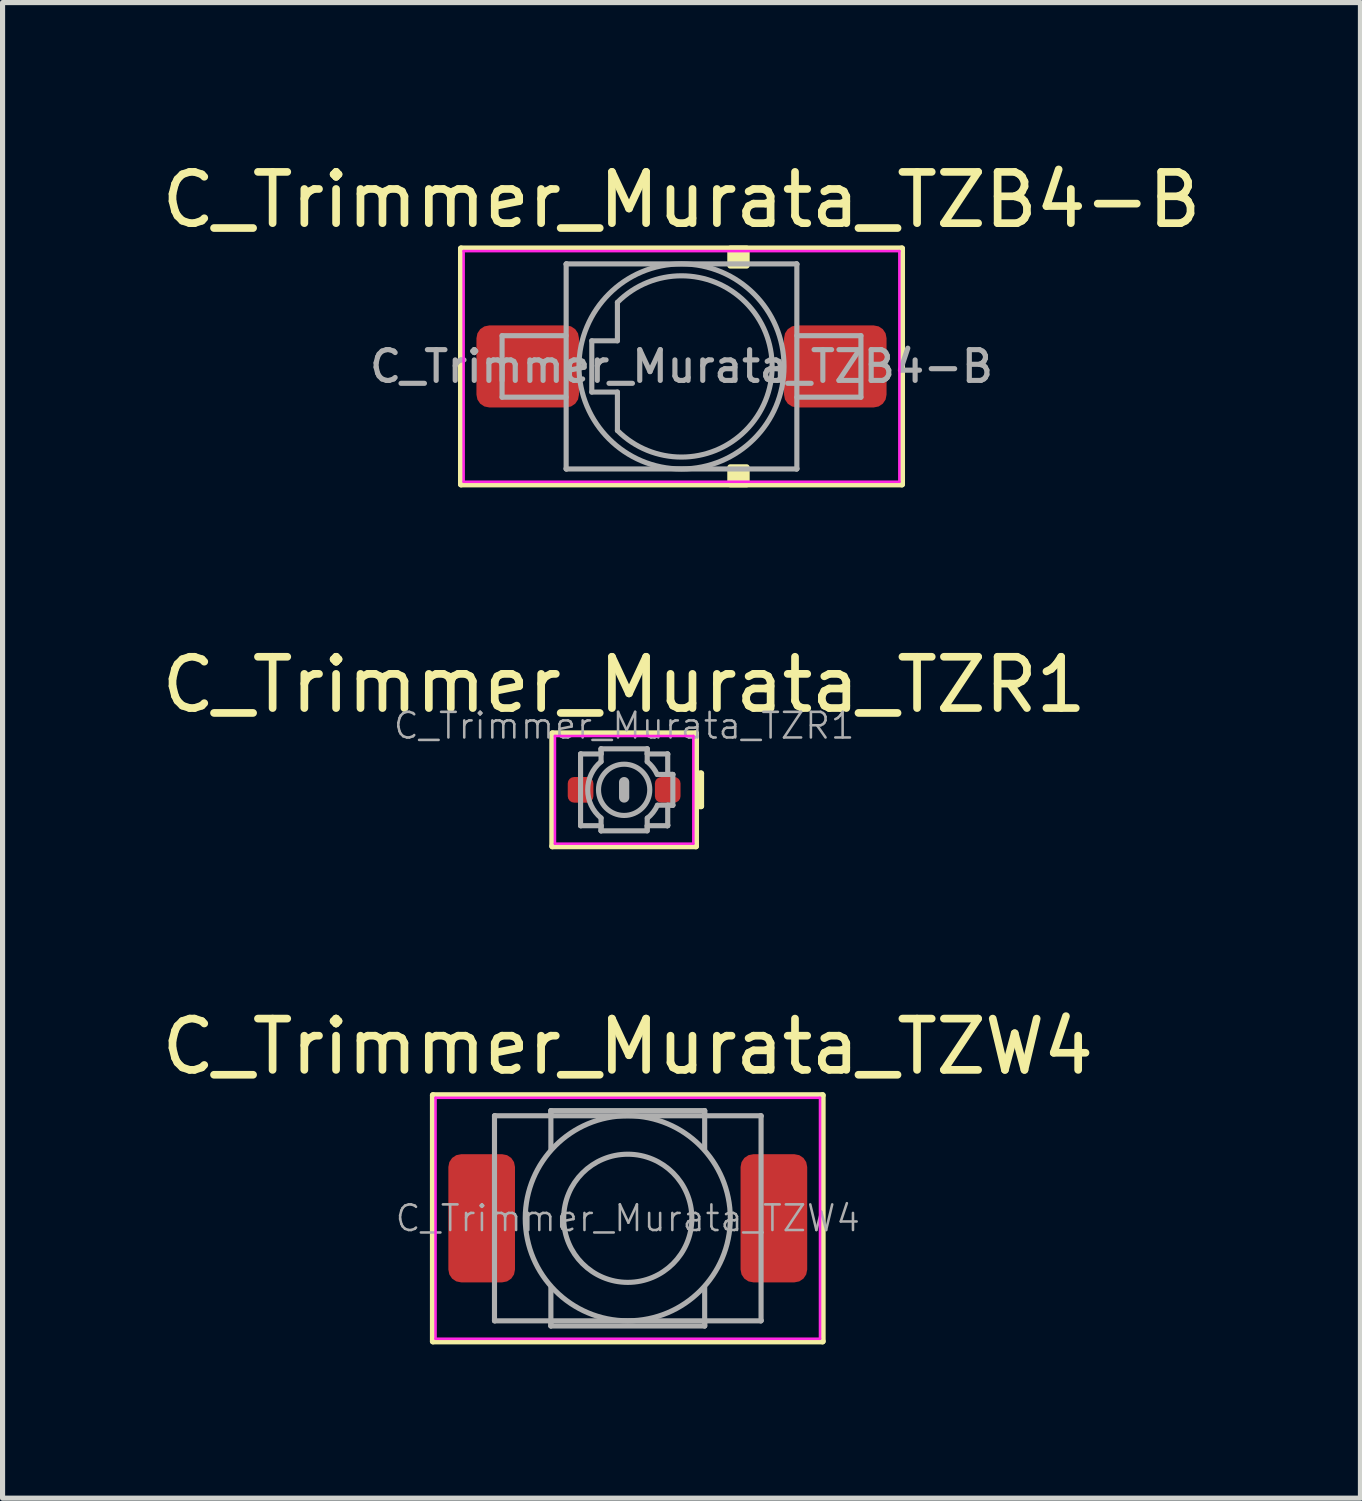
<source format=kicad_pcb>
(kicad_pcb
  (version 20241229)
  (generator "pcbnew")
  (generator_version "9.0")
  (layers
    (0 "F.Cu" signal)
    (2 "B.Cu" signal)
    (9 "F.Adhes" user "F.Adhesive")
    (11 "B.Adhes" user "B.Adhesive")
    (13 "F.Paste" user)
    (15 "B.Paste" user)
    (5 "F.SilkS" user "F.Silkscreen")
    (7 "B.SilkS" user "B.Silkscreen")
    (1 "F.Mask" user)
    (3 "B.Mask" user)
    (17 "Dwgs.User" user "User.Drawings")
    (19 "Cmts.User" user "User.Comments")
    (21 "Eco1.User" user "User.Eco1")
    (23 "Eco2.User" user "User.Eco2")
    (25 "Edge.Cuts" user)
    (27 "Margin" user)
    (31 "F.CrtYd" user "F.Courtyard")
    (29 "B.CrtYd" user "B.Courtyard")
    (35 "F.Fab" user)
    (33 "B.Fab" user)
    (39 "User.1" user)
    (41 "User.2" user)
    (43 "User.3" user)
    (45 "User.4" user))
  (footprint "C_Trimmer_Murata_TZR1"
    (layer "F.Cu")
    (at 9.125 12.357)
    (property "Reference" "C_Trimmer_Murata_TZR1" (at 0 -2.05 0) (layer "F.SilkS") (effects (font (size 1 1) (thickness 0.15))))
    (attr smd)
    (fp_line (start -1.4 -1.1) (end 1.4 -1.1) (stroke (width 0.12) (type solid)) (layer "F.SilkS"))
    (fp_line (start -1.4 1.1) (end -1.4 -1.1) (stroke (width 0.12) (type solid)) (layer "F.SilkS"))
    (fp_line (start 1.4 -1.1) (end 1.4 1.1) (stroke (width 0.12) (type solid)) (layer "F.SilkS"))
    (fp_line (start 1.4 1.1) (end -1.4 1.1) (stroke (width 0.12) (type solid)) (layer "F.SilkS"))
    (fp_line (start 1.437 -0.318) (end 1.5 -0.318) (stroke (width 0.12) (type solid)) (layer "F.SilkS"))
    (fp_line (start 1.5 -0.318) (end 1.5 0.318) (stroke (width 0.12) (type solid)) (layer "F.SilkS"))
    (fp_line (start 1.5 0.318) (end 1.437 0.318) (stroke (width 0.12) (type solid)) (layer "F.SilkS"))
    (fp_line (start -1.35 -1.05) (end -1.35 1.05) (stroke (width 0.05) (type solid)) (layer "F.CrtYd"))
    (fp_line (start -1.35 1.05) (end 1.35 1.05) (stroke (width 0.05) (type solid)) (layer "F.CrtYd"))
    (fp_line (start 1.35 -1.05) (end -1.35 -1.05) (stroke (width 0.05) (type solid)) (layer "F.CrtYd"))
    (fp_line (start 1.35 1.05) (end 1.35 -1.05) (stroke (width 0.05) (type solid)) (layer "F.CrtYd"))
    (fp_line (start -0.85 -0.7) (end -0.84 -0.7) (stroke (width 0.1) (type solid)) (layer "F.Fab"))
    (fp_line (start -0.85 -0.69) (end -0.85 -0.7) (stroke (width 0.1) (type solid)) (layer "F.Fab"))
    (fp_line (start -0.85 0.69) (end -0.85 -0.69) (stroke (width 0.1) (type solid)) (layer "F.Fab"))
    (fp_line (start -0.85 0.7) (end -0.85 0.69) (stroke (width 0.1) (type solid)) (layer "F.Fab"))
    (fp_line (start -0.84 0.7) (end -0.85 0.7) (stroke (width 0.1) (type solid)) (layer "F.Fab"))
    (fp_line (start -0.84 0.7) (end -0.45 0.7) (stroke (width 0.1) (type solid)) (layer "F.Fab"))
    (fp_line (start -0.45 -0.8) (end -0.45 -0.55) (stroke (width 0.1) (type solid)) (layer "F.Fab"))
    (fp_line (start -0.45 -0.8) (end 0.45 -0.8) (stroke (width 0.1) (type solid)) (layer "F.Fab"))
    (fp_line (start -0.45 -0.7) (end -0.84 -0.7) (stroke (width 0.1) (type solid)) (layer "F.Fab"))
    (fp_line (start -0.45 -0.7) (end -0.45 -0.8) (stroke (width 0.1) (type solid)) (layer "F.Fab"))
    (fp_line (start -0.45 0.55) (end -0.45 0.8) (stroke (width 0.1) (type solid)) (layer "F.Fab"))
    (fp_line (start -0.45 0.7) (end -0.45 0.8) (stroke (width 0.1) (type solid)) (layer "F.Fab"))
    (fp_line (start -0.45 0.8) (end 0.45 0.8) (stroke (width 0.1) (type solid)) (layer "F.Fab"))
    (fp_line (start 0 -0.15) (end 0 0.15) (stroke (width 0.2) (type solid)) (layer "F.Fab"))
    (fp_line (start 0.45 -0.8) (end 0.45 -0.7) (stroke (width 0.1) (type solid)) (layer "F.Fab"))
    (fp_line (start 0.45 -0.8) (end 0.45 -0.55) (stroke (width 0.1) (type solid)) (layer "F.Fab"))
    (fp_line (start 0.45 0.55) (end 0.45 0.75) (stroke (width 0.1) (type solid)) (layer "F.Fab"))
    (fp_line (start 0.45 0.7) (end 0.84 0.7) (stroke (width 0.1) (type solid)) (layer "F.Fab"))
    (fp_line (start 0.45 0.8) (end 0.45 0.7) (stroke (width 0.1) (type solid)) (layer "F.Fab"))
    (fp_line (start 0.65 -0.3) (end 0.95 -0.3) (stroke (width 0.1) (type solid)) (layer "F.Fab"))
    (fp_line (start 0.84 -0.7) (end 0.45 -0.7) (stroke (width 0.1) (type solid)) (layer "F.Fab"))
    (fp_line (start 0.84 -0.7) (end 0.85 -0.7) (stroke (width 0.1) (type solid)) (layer "F.Fab"))
    (fp_line (start 0.84 0.7) (end 0.85 0.69) (stroke (width 0.1) (type solid)) (layer "F.Fab"))
    (fp_line (start 0.85 -0.7) (end 0.85 -0.69) (stroke (width 0.1) (type solid)) (layer "F.Fab"))
    (fp_line (start 0.85 -0.3) (end 0.85 -0.69) (stroke (width 0.1) (type solid)) (layer "F.Fab"))
    (fp_line (start 0.85 -0.3) (end 0.95 -0.3) (stroke (width 0.1) (type solid)) (layer "F.Fab"))
    (fp_line (start 0.85 0.69) (end 0.85 0.3) (stroke (width 0.1) (type solid)) (layer "F.Fab"))
    (fp_line (start 0.85 0.69) (end 0.85 0.7) (stroke (width 0.1) (type solid)) (layer "F.Fab"))
    (fp_line (start 0.85 0.7) (end 0.84 0.7) (stroke (width 0.1) (type solid)) (layer "F.Fab"))
    (fp_line (start 0.95 -0.3) (end 0.95 0.3) (stroke (width 0.1) (type solid)) (layer "F.Fab"))
    (fp_line (start 0.95 0.3) (end 0.65 0.3) (stroke (width 0.1) (type solid)) (layer "F.Fab"))
    (fp_line (start 0.95 0.3) (end 0.85 0.3) (stroke (width 0.1) (type solid)) (layer "F.Fab"))
    (fp_arc (start -0.45 0.55) (mid -0.710634 0) (end -0.45 -0.55) (stroke (width 0.1) (type solid)) (layer "F.Fab"))
    (fp_arc (start 0.45 -0.55) (mid 0.561945 -0.434992) (end 0.645226 -0.297797) (stroke (width 0.1) (type solid)) (layer "F.Fab"))
    (fp_arc (start 0.65 0.3) (mid 0.566102 0.43821) (end 0.453329 0.554069) (stroke (width 0.1) (type solid)) (layer "F.Fab"))
    (fp_circle (center 0 0) (end 0.5 0) (stroke (width 0.1) (type solid)) (fill no) (layer "F.Fab"))
    (fp_text user "${REFERENCE}" (at 0 -1.25 0) (layer "F.Fab") (effects (font (size 0.5 0.5) (thickness 0.05))))
    (pad "1" smd roundrect (at -0.85 0) (size 0.5 0.5) (layers "F.Cu" "F.Mask" "F.Paste") (roundrect_rratio 0.25))
    (pad "2" smd roundrect (at 0.85 0) (size 0.5 0.5) (layers "F.Cu" "F.Mask" "F.Paste") (roundrect_rratio 0.25)))
  (footprint "C_Trimmer_Murata_TZB4-B"
    (layer "F.Cu")
    (at 10.244 4.098)
    (property "Reference" "C_Trimmer_Murata_TZB4-B" (at 0 -3.25 0) (layer "F.SilkS") (effects (font (size 1 1) (thickness 0.15))))
    (attr smd)
    (fp_line (start -4.3 -2.3) (end -4.3 2.3) (stroke (width 0.12) (type solid)) (layer "F.SilkS"))
    (fp_line (start -4.3 2.3) (end 4.3 2.3) (stroke (width 0.12) (type solid)) (layer "F.SilkS"))
    (fp_line (start 4.3 -2.3) (end -4.3 -2.3) (stroke (width 0.12) (type solid)) (layer "F.SilkS"))
    (fp_line (start 4.3 2.3) (end 4.3 -2.3) (stroke (width 0.12) (type solid)) (layer "F.SilkS"))
    (fp_rect (start 0.953 -2.3) (end 1.27 -1.968) (stroke (width 0.12) (type solid)) (fill yes) (layer "F.SilkS"))
    (fp_rect (start 0.953 1.968) (end 1.27 2.3) (stroke (width 0.12) (type solid)) (fill yes) (layer "F.SilkS"))
    (fp_line (start -4.25 -2.25) (end -4.25 2.25) (stroke (width 0.05) (type solid)) (layer "F.CrtYd"))
    (fp_line (start -4.25 2.25) (end 4.25 2.25) (stroke (width 0.05) (type solid)) (layer "F.CrtYd"))
    (fp_line (start 4.25 -2.25) (end -4.25 -2.25) (stroke (width 0.05) (type solid)) (layer "F.CrtYd"))
    (fp_line (start 4.25 2.25) (end 4.25 -2.25) (stroke (width 0.05) (type solid)) (layer "F.CrtYd"))
    (fp_line (start -3.5 -0.6) (end -3.5 0.6) (stroke (width 0.1) (type solid)) (layer "F.Fab"))
    (fp_line (start -3.5 0.6) (end -2.25 0.6) (stroke (width 0.1) (type solid)) (layer "F.Fab"))
    (fp_line (start -2.25 -2) (end -2.24 -2) (stroke (width 0.1) (type solid)) (layer "F.Fab"))
    (fp_line (start -2.25 -1.99) (end -2.25 -2) (stroke (width 0.1) (type solid)) (layer "F.Fab"))
    (fp_line (start -2.25 -0.6) (end -3.5 -0.6) (stroke (width 0.1) (type solid)) (layer "F.Fab"))
    (fp_line (start -2.25 1.99) (end -2.25 -1.99) (stroke (width 0.1) (type solid)) (layer "F.Fab"))
    (fp_line (start -2.25 2) (end -2.25 1.99) (stroke (width 0.1) (type solid)) (layer "F.Fab"))
    (fp_line (start -2.24 -2) (end 2.24 -2) (stroke (width 0.1) (type solid)) (layer "F.Fab"))
    (fp_line (start -2.24 2) (end -2.25 2) (stroke (width 0.1) (type solid)) (layer "F.Fab"))
    (fp_line (start -1.75 -0.5) (end -1.75 0.5) (stroke (width 0.1) (type solid)) (layer "F.Fab"))
    (fp_line (start -1.75 -0.5) (end -1.25 -0.5) (stroke (width 0.1) (type solid)) (layer "F.Fab"))
    (fp_line (start -1.75 0.5) (end -1.25 0.5) (stroke (width 0.1) (type solid)) (layer "F.Fab"))
    (fp_line (start -1.25 -0.5) (end -1.25 -1.25) (stroke (width 0.1) (type solid)) (layer "F.Fab"))
    (fp_line (start -1.25 0.5) (end -1.25 1.25) (stroke (width 0.1) (type solid)) (layer "F.Fab"))
    (fp_line (start 2.24 -2) (end 2.25 -2) (stroke (width 0.1) (type solid)) (layer "F.Fab"))
    (fp_line (start 2.24 2) (end -2.24 2) (stroke (width 0.1) (type solid)) (layer "F.Fab"))
    (fp_line (start 2.25 -2) (end 2.25 -1.99) (stroke (width 0.1) (type solid)) (layer "F.Fab"))
    (fp_line (start 2.25 -1.99) (end 2.25 1.99) (stroke (width 0.1) (type solid)) (layer "F.Fab"))
    (fp_line (start 2.25 -0.6) (end 3.5 -0.6) (stroke (width 0.1) (type solid)) (layer "F.Fab"))
    (fp_line (start 2.25 1.99) (end 2.25 2) (stroke (width 0.1) (type solid)) (layer "F.Fab"))
    (fp_line (start 2.25 2) (end 2.24 2) (stroke (width 0.1) (type solid)) (layer "F.Fab"))
    (fp_line (start 3.5 -0.6) (end 3.5 0.6) (stroke (width 0.1) (type solid)) (layer "F.Fab"))
    (fp_line (start 3.5 0.6) (end 2.25 0.6) (stroke (width 0.1) (type solid)) (layer "F.Fab"))
    (fp_arc (start -1.249999 -1.249999) (mid 1.767766 0) (end -1.249999 1.249999) (stroke (width 0.1) (type solid)) (layer "F.Fab"))
    (fp_circle (center 0 0) (end 2 0) (stroke (width 0.1) (type solid)) (fill no) (layer "F.Fab"))
    (fp_text user "${REFERENCE}" (at 0 0 0) (layer "F.Fab") (effects (font (size 0.6 0.6) (thickness 0.1))))
    (pad "1" smd roundrect (at -3 0) (size 2 1.6) (layers "F.Cu" "F.Mask" "F.Paste") (roundrect_rratio 0.156))
    (pad "2" smd roundrect (at 3 0) (size 2 1.6) (layers "F.Cu" "F.Mask" "F.Paste") (roundrect_rratio 0.156)))
  (footprint "C_Trimmer_Murata_TZW4"
    (layer "F.Cu")
    (at 9.196 20.715)
    (property "Reference" "C_Trimmer_Murata_TZW4" (at 0 -3.35 0) (layer "F.SilkS") (effects (font (size 1 1) (thickness 0.15))))
    (attr smd)
    (fp_line (start -3.8 -2.4) (end -3.8 2.4) (stroke (width 0.12) (type solid)) (layer "F.SilkS"))
    (fp_line (start -3.8 2.4) (end 3.8 2.4) (stroke (width 0.12) (type solid)) (layer "F.SilkS"))
    (fp_line (start 3.8 -2.4) (end -3.8 -2.4) (stroke (width 0.12) (type solid)) (layer "F.SilkS"))
    (fp_line (start 3.8 2.4) (end 3.8 -2.4) (stroke (width 0.12) (type solid)) (layer "F.SilkS"))
    (fp_line (start -3.75 -2.35) (end -3.75 2.35) (stroke (width 0.05) (type solid)) (layer "F.CrtYd"))
    (fp_line (start -3.75 2.35) (end 3.75 2.35) (stroke (width 0.05) (type solid)) (layer "F.CrtYd"))
    (fp_line (start 3.75 -2.35) (end -3.75 -2.35) (stroke (width 0.05) (type solid)) (layer "F.CrtYd"))
    (fp_line (start 3.75 2.35) (end 3.75 -2.35) (stroke (width 0.05) (type solid)) (layer "F.CrtYd"))
    (fp_line (start -2.6 -2) (end -2.59 -2) (stroke (width 0.1) (type solid)) (layer "F.Fab"))
    (fp_line (start -2.6 -1.99) (end -2.6 -2) (stroke (width 0.1) (type solid)) (layer "F.Fab"))
    (fp_line (start -2.6 1.99) (end -2.6 -1.99) (stroke (width 0.1) (type solid)) (layer "F.Fab"))
    (fp_line (start -2.6 2) (end -2.6 1.99) (stroke (width 0.1) (type solid)) (layer "F.Fab"))
    (fp_line (start -2.59 -2) (end 2.59 -2) (stroke (width 0.1) (type solid)) (layer "F.Fab"))
    (fp_line (start -2.59 2) (end -2.6 2) (stroke (width 0.1) (type solid)) (layer "F.Fab"))
    (fp_line (start -1.5 -2.1) (end -1.5 -1.35) (stroke (width 0.1) (type solid)) (layer "F.Fab"))
    (fp_line (start -1.5 -2.1) (end 1.5 -2.1) (stroke (width 0.1) (type solid)) (layer "F.Fab"))
    (fp_line (start -1.5 -2) (end -1.5 -2.1) (stroke (width 0.1) (type solid)) (layer "F.Fab"))
    (fp_line (start -1.5 2) (end -1.5 2.1) (stroke (width 0.1) (type solid)) (layer "F.Fab"))
    (fp_line (start -1.5 2.1) (end -1.5 1.35) (stroke (width 0.1) (type solid)) (layer "F.Fab"))
    (fp_line (start -1.5 2.1) (end 1.5 2.1) (stroke (width 0.1) (type solid)) (layer "F.Fab"))
    (fp_line (start 1.5 -2.1) (end 1.5 -2) (stroke (width 0.1) (type solid)) (layer "F.Fab"))
    (fp_line (start 1.5 -2.1) (end 1.5 -1.35) (stroke (width 0.1) (type solid)) (layer "F.Fab"))
    (fp_line (start 1.5 2.1) (end 1.5 1.35) (stroke (width 0.1) (type solid)) (layer "F.Fab"))
    (fp_line (start 1.5 2.1) (end 1.5 2) (stroke (width 0.1) (type solid)) (layer "F.Fab"))
    (fp_line (start 2.59 -2) (end 2.6 -2) (stroke (width 0.1) (type solid)) (layer "F.Fab"))
    (fp_line (start 2.59 2) (end -2.59 2) (stroke (width 0.1) (type solid)) (layer "F.Fab"))
    (fp_line (start 2.6 -2) (end 2.6 -1.99) (stroke (width 0.1) (type solid)) (layer "F.Fab"))
    (fp_line (start 2.6 -1.99) (end 2.6 1.99) (stroke (width 0.1) (type solid)) (layer "F.Fab"))
    (fp_line (start 2.6 1.99) (end 2.6 2) (stroke (width 0.1) (type solid)) (layer "F.Fab"))
    (fp_line (start 2.6 2) (end 2.59 2) (stroke (width 0.1) (type solid)) (layer "F.Fab"))
    (fp_circle (center 0 0) (end 1.25 0) (stroke (width 0.1) (type solid)) (fill no) (layer "F.Fab"))
    (fp_circle (center 0 0) (end 2 0) (stroke (width 0.1) (type solid)) (fill no) (layer "F.Fab"))
    (fp_text user "${REFERENCE}" (at 0 0 0) (layer "F.Fab") (effects (font (size 0.5 0.5) (thickness 0.05))))
    (pad "1" smd roundrect (at -2.85 0) (size 1.3 2.5) (layers "F.Cu" "F.Mask" "F.Paste") (roundrect_rratio 0.192))
    (pad "2" smd roundrect (at 2.85 0) (size 1.3 2.5) (layers "F.Cu" "F.Mask" "F.Paste") (roundrect_rratio 0.192)))
  (gr_rect
    (start -3 -3)
    (end 23.488 26.175)
    (stroke (width 0.1) (type default))
    (fill no)
    (layer "Edge.Cuts")))
</source>
